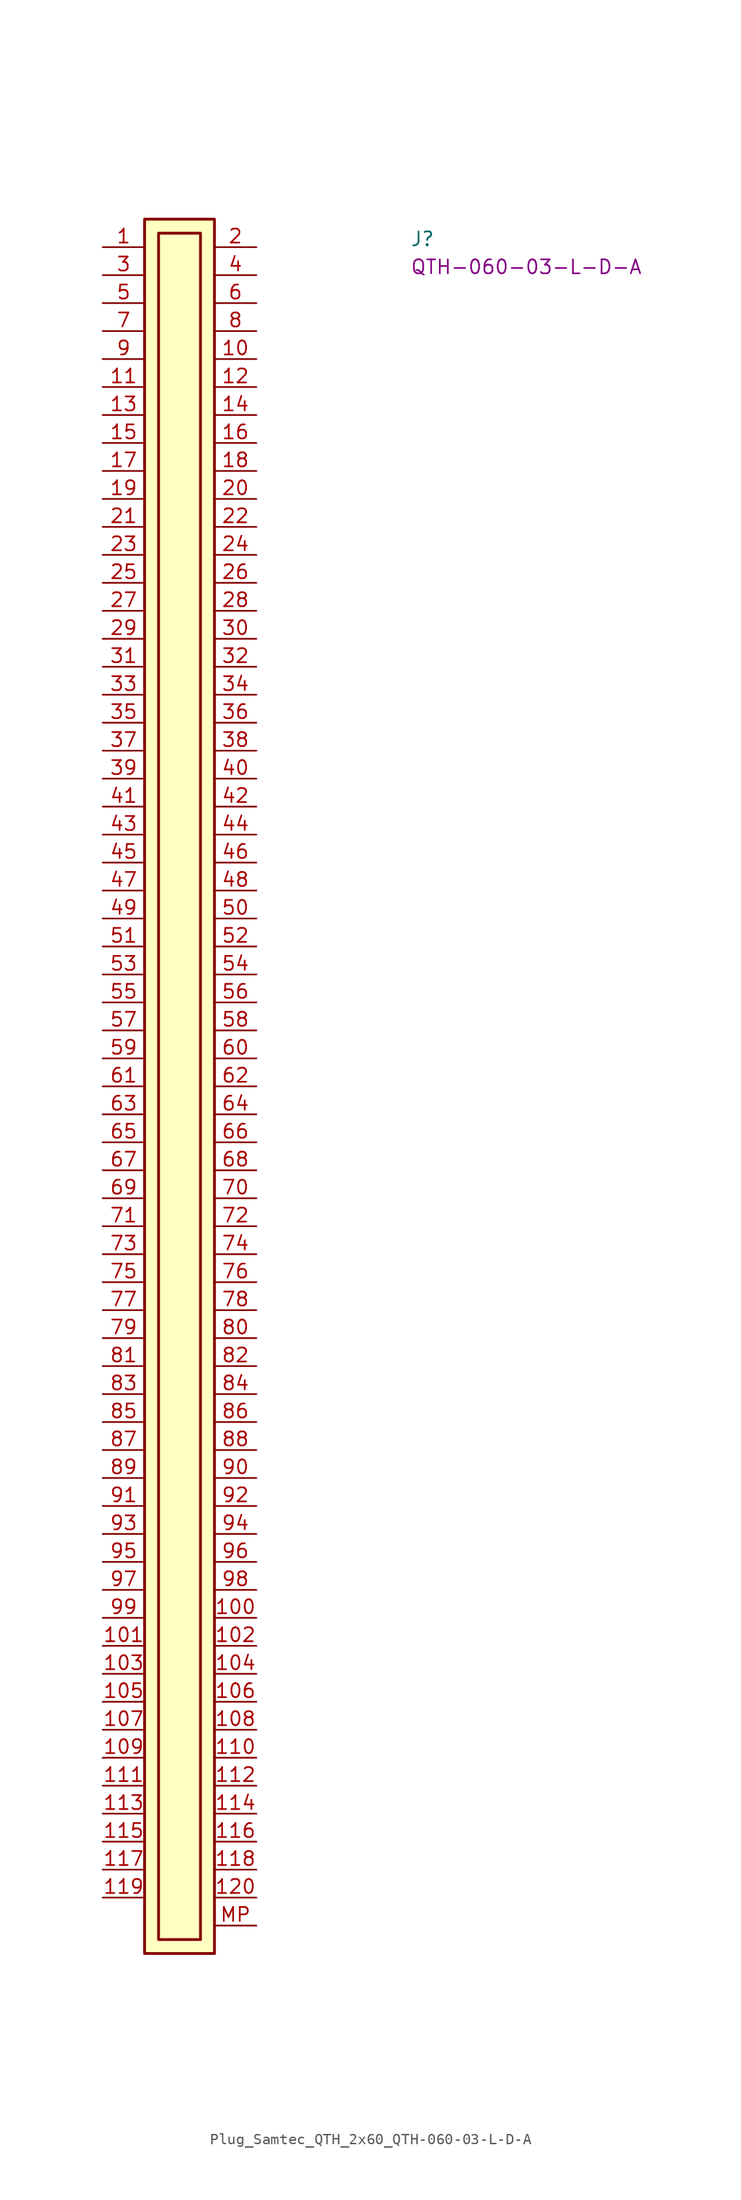
<source format=kicad_sym>
(kicad_symbol_lib
  (version 20220914)
  (generator kicad_symbol_editor)
  (symbol "Plug_Samtec_QTH_2x60_QTH-060-03-L-D-A"
    (pin_names hide)
    (property "Reference" "J"
      (at 27.94 0 0)
      (effects (font (size 1.27 1.27) (thickness 0.15)) (justify left bottom)))
    (property "MPN" "QTH-060-03-L-D-A"
      (at 27.94 -2.54 0)
      (effects (font (size 1.27 1.27) (thickness 0.15)) (justify left bottom)))
    (symbol "Plug_Samtec_QTH_2x60_QTH-060-03-L-D-A_1_1"
      (rectangle (start 3.81 2.54) (end 10.16 -154.94) (stroke (width 0.254) (type default)) (fill (type background)))
      (rectangle (start 5.08 1.27) (end 8.89 -153.67) (stroke (width 0.254) (type default)) (fill (type background)))
      (pin passive line (at 0 0 0) (length 3.81) (name "~" (effects (font (size 1.27 1.27)))) (number "1" (effects (font (size 1.27 1.27)))))
      (pin passive line (at 13.97 -10.16 180) (length 3.81) (name "~" (effects (font (size 1.27 1.27)))) (number "10" (effects (font (size 1.27 1.27)))))
      (pin passive line (at 13.97 -124.46 180) (length 3.81) (name "~" (effects (font (size 1.27 1.27)))) (number "100" (effects (font (size 1.27 1.27)))))
      (pin passive line (at 0 -127 0) (length 3.81) (name "~" (effects (font (size 1.27 1.27)))) (number "101" (effects (font (size 1.27 1.27)))))
      (pin passive line (at 13.97 -127 180) (length 3.81) (name "~" (effects (font (size 1.27 1.27)))) (number "102" (effects (font (size 1.27 1.27)))))
      (pin passive line (at 0 -129.54 0) (length 3.81) (name "~" (effects (font (size 1.27 1.27)))) (number "103" (effects (font (size 1.27 1.27)))))
      (pin passive line (at 13.97 -129.54 180) (length 3.81) (name "~" (effects (font (size 1.27 1.27)))) (number "104" (effects (font (size 1.27 1.27)))))
      (pin passive line (at 0 -132.08 0) (length 3.81) (name "~" (effects (font (size 1.27 1.27)))) (number "105" (effects (font (size 1.27 1.27)))))
      (pin passive line (at 13.97 -132.08 180) (length 3.81) (name "~" (effects (font (size 1.27 1.27)))) (number "106" (effects (font (size 1.27 1.27)))))
      (pin passive line (at 0 -134.62 0) (length 3.81) (name "~" (effects (font (size 1.27 1.27)))) (number "107" (effects (font (size 1.27 1.27)))))
      (pin passive line (at 13.97 -134.62 180) (length 3.81) (name "~" (effects (font (size 1.27 1.27)))) (number "108" (effects (font (size 1.27 1.27)))))
      (pin passive line (at 0 -137.16 0) (length 3.81) (name "~" (effects (font (size 1.27 1.27)))) (number "109" (effects (font (size 1.27 1.27)))))
      (pin passive line (at 0 -12.7 0) (length 3.81) (name "~" (effects (font (size 1.27 1.27)))) (number "11" (effects (font (size 1.27 1.27)))))
      (pin passive line (at 13.97 -137.16 180) (length 3.81) (name "~" (effects (font (size 1.27 1.27)))) (number "110" (effects (font (size 1.27 1.27)))))
      (pin passive line (at 0 -139.7 0) (length 3.81) (name "~" (effects (font (size 1.27 1.27)))) (number "111" (effects (font (size 1.27 1.27)))))
      (pin passive line (at 13.97 -139.7 180) (length 3.81) (name "~" (effects (font (size 1.27 1.27)))) (number "112" (effects (font (size 1.27 1.27)))))
      (pin passive line (at 0 -142.24 0) (length 3.81) (name "~" (effects (font (size 1.27 1.27)))) (number "113" (effects (font (size 1.27 1.27)))))
      (pin passive line (at 13.97 -142.24 180) (length 3.81) (name "~" (effects (font (size 1.27 1.27)))) (number "114" (effects (font (size 1.27 1.27)))))
      (pin passive line (at 0 -144.78 0) (length 3.81) (name "~" (effects (font (size 1.27 1.27)))) (number "115" (effects (font (size 1.27 1.27)))))
      (pin passive line (at 13.97 -144.78 180) (length 3.81) (name "~" (effects (font (size 1.27 1.27)))) (number "116" (effects (font (size 1.27 1.27)))))
      (pin passive line (at 0 -147.32 0) (length 3.81) (name "~" (effects (font (size 1.27 1.27)))) (number "117" (effects (font (size 1.27 1.27)))))
      (pin passive line (at 13.97 -147.32 180) (length 3.81) (name "~" (effects (font (size 1.27 1.27)))) (number "118" (effects (font (size 1.27 1.27)))))
      (pin passive line (at 0 -149.86 0) (length 3.81) (name "~" (effects (font (size 1.27 1.27)))) (number "119" (effects (font (size 1.27 1.27)))))
      (pin passive line (at 13.97 -12.7 180) (length 3.81) (name "~" (effects (font (size 1.27 1.27)))) (number "12" (effects (font (size 1.27 1.27)))))
      (pin passive line (at 13.97 -149.86 180) (length 3.81) (name "~" (effects (font (size 1.27 1.27)))) (number "120" (effects (font (size 1.27 1.27)))))
      (pin passive line (at 0 -15.24 0) (length 3.81) (name "~" (effects (font (size 1.27 1.27)))) (number "13" (effects (font (size 1.27 1.27)))))
      (pin passive line (at 13.97 -15.24 180) (length 3.81) (name "~" (effects (font (size 1.27 1.27)))) (number "14" (effects (font (size 1.27 1.27)))))
      (pin passive line (at 0 -17.78 0) (length 3.81) (name "~" (effects (font (size 1.27 1.27)))) (number "15" (effects (font (size 1.27 1.27)))))
      (pin passive line (at 13.97 -17.78 180) (length 3.81) (name "~" (effects (font (size 1.27 1.27)))) (number "16" (effects (font (size 1.27 1.27)))))
      (pin passive line (at 0 -20.32 0) (length 3.81) (name "~" (effects (font (size 1.27 1.27)))) (number "17" (effects (font (size 1.27 1.27)))))
      (pin passive line (at 13.97 -20.32 180) (length 3.81) (name "~" (effects (font (size 1.27 1.27)))) (number "18" (effects (font (size 1.27 1.27)))))
      (pin passive line (at 0 -22.86 0) (length 3.81) (name "~" (effects (font (size 1.27 1.27)))) (number "19" (effects (font (size 1.27 1.27)))))
      (pin passive line (at 13.97 0 180) (length 3.81) (name "~" (effects (font (size 1.27 1.27)))) (number "2" (effects (font (size 1.27 1.27)))))
      (pin passive line (at 13.97 -22.86 180) (length 3.81) (name "~" (effects (font (size 1.27 1.27)))) (number "20" (effects (font (size 1.27 1.27)))))
      (pin passive line (at 0 -25.4 0) (length 3.81) (name "~" (effects (font (size 1.27 1.27)))) (number "21" (effects (font (size 1.27 1.27)))))
      (pin passive line (at 13.97 -25.4 180) (length 3.81) (name "~" (effects (font (size 1.27 1.27)))) (number "22" (effects (font (size 1.27 1.27)))))
      (pin passive line (at 0 -27.94 0) (length 3.81) (name "~" (effects (font (size 1.27 1.27)))) (number "23" (effects (font (size 1.27 1.27)))))
      (pin passive line (at 13.97 -27.94 180) (length 3.81) (name "~" (effects (font (size 1.27 1.27)))) (number "24" (effects (font (size 1.27 1.27)))))
      (pin passive line (at 0 -30.48 0) (length 3.81) (name "~" (effects (font (size 1.27 1.27)))) (number "25" (effects (font (size 1.27 1.27)))))
      (pin passive line (at 13.97 -30.48 180) (length 3.81) (name "~" (effects (font (size 1.27 1.27)))) (number "26" (effects (font (size 1.27 1.27)))))
      (pin passive line (at 0 -33.02 0) (length 3.81) (name "~" (effects (font (size 1.27 1.27)))) (number "27" (effects (font (size 1.27 1.27)))))
      (pin passive line (at 13.97 -33.02 180) (length 3.81) (name "~" (effects (font (size 1.27 1.27)))) (number "28" (effects (font (size 1.27 1.27)))))
      (pin passive line (at 0 -35.56 0) (length 3.81) (name "~" (effects (font (size 1.27 1.27)))) (number "29" (effects (font (size 1.27 1.27)))))
      (pin passive line (at 0 -2.54 0) (length 3.81) (name "~" (effects (font (size 1.27 1.27)))) (number "3" (effects (font (size 1.27 1.27)))))
      (pin passive line (at 13.97 -35.56 180) (length 3.81) (name "~" (effects (font (size 1.27 1.27)))) (number "30" (effects (font (size 1.27 1.27)))))
      (pin passive line (at 0 -38.1 0) (length 3.81) (name "~" (effects (font (size 1.27 1.27)))) (number "31" (effects (font (size 1.27 1.27)))))
      (pin passive line (at 13.97 -38.1 180) (length 3.81) (name "~" (effects (font (size 1.27 1.27)))) (number "32" (effects (font (size 1.27 1.27)))))
      (pin passive line (at 0 -40.64 0) (length 3.81) (name "~" (effects (font (size 1.27 1.27)))) (number "33" (effects (font (size 1.27 1.27)))))
      (pin passive line (at 13.97 -40.64 180) (length 3.81) (name "~" (effects (font (size 1.27 1.27)))) (number "34" (effects (font (size 1.27 1.27)))))
      (pin passive line (at 0 -43.18 0) (length 3.81) (name "~" (effects (font (size 1.27 1.27)))) (number "35" (effects (font (size 1.27 1.27)))))
      (pin passive line (at 13.97 -43.18 180) (length 3.81) (name "~" (effects (font (size 1.27 1.27)))) (number "36" (effects (font (size 1.27 1.27)))))
      (pin passive line (at 0 -45.72 0) (length 3.81) (name "~" (effects (font (size 1.27 1.27)))) (number "37" (effects (font (size 1.27 1.27)))))
      (pin passive line (at 13.97 -45.72 180) (length 3.81) (name "~" (effects (font (size 1.27 1.27)))) (number "38" (effects (font (size 1.27 1.27)))))
      (pin passive line (at 0 -48.26 0) (length 3.81) (name "~" (effects (font (size 1.27 1.27)))) (number "39" (effects (font (size 1.27 1.27)))))
      (pin passive line (at 13.97 -2.54 180) (length 3.81) (name "~" (effects (font (size 1.27 1.27)))) (number "4" (effects (font (size 1.27 1.27)))))
      (pin passive line (at 13.97 -48.26 180) (length 3.81) (name "~" (effects (font (size 1.27 1.27)))) (number "40" (effects (font (size 1.27 1.27)))))
      (pin passive line (at 0 -50.8 0) (length 3.81) (name "~" (effects (font (size 1.27 1.27)))) (number "41" (effects (font (size 1.27 1.27)))))
      (pin passive line (at 13.97 -50.8 180) (length 3.81) (name "~" (effects (font (size 1.27 1.27)))) (number "42" (effects (font (size 1.27 1.27)))))
      (pin passive line (at 0 -53.34 0) (length 3.81) (name "~" (effects (font (size 1.27 1.27)))) (number "43" (effects (font (size 1.27 1.27)))))
      (pin passive line (at 13.97 -53.34 180) (length 3.81) (name "~" (effects (font (size 1.27 1.27)))) (number "44" (effects (font (size 1.27 1.27)))))
      (pin passive line (at 0 -55.88 0) (length 3.81) (name "~" (effects (font (size 1.27 1.27)))) (number "45" (effects (font (size 1.27 1.27)))))
      (pin passive line (at 13.97 -55.88 180) (length 3.81) (name "~" (effects (font (size 1.27 1.27)))) (number "46" (effects (font (size 1.27 1.27)))))
      (pin passive line (at 0 -58.42 0) (length 3.81) (name "~" (effects (font (size 1.27 1.27)))) (number "47" (effects (font (size 1.27 1.27)))))
      (pin passive line (at 13.97 -58.42 180) (length 3.81) (name "~" (effects (font (size 1.27 1.27)))) (number "48" (effects (font (size 1.27 1.27)))))
      (pin passive line (at 0 -60.96 0) (length 3.81) (name "~" (effects (font (size 1.27 1.27)))) (number "49" (effects (font (size 1.27 1.27)))))
      (pin passive line (at 0 -5.08 0) (length 3.81) (name "~" (effects (font (size 1.27 1.27)))) (number "5" (effects (font (size 1.27 1.27)))))
      (pin passive line (at 13.97 -60.96 180) (length 3.81) (name "~" (effects (font (size 1.27 1.27)))) (number "50" (effects (font (size 1.27 1.27)))))
      (pin passive line (at 0 -63.5 0) (length 3.81) (name "~" (effects (font (size 1.27 1.27)))) (number "51" (effects (font (size 1.27 1.27)))))
      (pin passive line (at 13.97 -63.5 180) (length 3.81) (name "~" (effects (font (size 1.27 1.27)))) (number "52" (effects (font (size 1.27 1.27)))))
      (pin passive line (at 0 -66.04 0) (length 3.81) (name "~" (effects (font (size 1.27 1.27)))) (number "53" (effects (font (size 1.27 1.27)))))
      (pin passive line (at 13.97 -66.04 180) (length 3.81) (name "~" (effects (font (size 1.27 1.27)))) (number "54" (effects (font (size 1.27 1.27)))))
      (pin passive line (at 0 -68.58 0) (length 3.81) (name "~" (effects (font (size 1.27 1.27)))) (number "55" (effects (font (size 1.27 1.27)))))
      (pin passive line (at 13.97 -68.58 180) (length 3.81) (name "~" (effects (font (size 1.27 1.27)))) (number "56" (effects (font (size 1.27 1.27)))))
      (pin passive line (at 0 -71.12 0) (length 3.81) (name "~" (effects (font (size 1.27 1.27)))) (number "57" (effects (font (size 1.27 1.27)))))
      (pin passive line (at 13.97 -71.12 180) (length 3.81) (name "~" (effects (font (size 1.27 1.27)))) (number "58" (effects (font (size 1.27 1.27)))))
      (pin passive line (at 0 -73.66 0) (length 3.81) (name "~" (effects (font (size 1.27 1.27)))) (number "59" (effects (font (size 1.27 1.27)))))
      (pin passive line (at 13.97 -5.08 180) (length 3.81) (name "~" (effects (font (size 1.27 1.27)))) (number "6" (effects (font (size 1.27 1.27)))))
      (pin passive line (at 13.97 -73.66 180) (length 3.81) (name "~" (effects (font (size 1.27 1.27)))) (number "60" (effects (font (size 1.27 1.27)))))
      (pin passive line (at 0 -76.2 0) (length 3.81) (name "~" (effects (font (size 1.27 1.27)))) (number "61" (effects (font (size 1.27 1.27)))))
      (pin passive line (at 13.97 -76.2 180) (length 3.81) (name "~" (effects (font (size 1.27 1.27)))) (number "62" (effects (font (size 1.27 1.27)))))
      (pin passive line (at 0 -78.74 0) (length 3.81) (name "~" (effects (font (size 1.27 1.27)))) (number "63" (effects (font (size 1.27 1.27)))))
      (pin passive line (at 13.97 -78.74 180) (length 3.81) (name "~" (effects (font (size 1.27 1.27)))) (number "64" (effects (font (size 1.27 1.27)))))
      (pin passive line (at 0 -81.28 0) (length 3.81) (name "~" (effects (font (size 1.27 1.27)))) (number "65" (effects (font (size 1.27 1.27)))))
      (pin passive line (at 13.97 -81.28 180) (length 3.81) (name "~" (effects (font (size 1.27 1.27)))) (number "66" (effects (font (size 1.27 1.27)))))
      (pin passive line (at 0 -83.82 0) (length 3.81) (name "~" (effects (font (size 1.27 1.27)))) (number "67" (effects (font (size 1.27 1.27)))))
      (pin passive line (at 13.97 -83.82 180) (length 3.81) (name "~" (effects (font (size 1.27 1.27)))) (number "68" (effects (font (size 1.27 1.27)))))
      (pin passive line (at 0 -86.36 0) (length 3.81) (name "~" (effects (font (size 1.27 1.27)))) (number "69" (effects (font (size 1.27 1.27)))))
      (pin passive line (at 0 -7.62 0) (length 3.81) (name "~" (effects (font (size 1.27 1.27)))) (number "7" (effects (font (size 1.27 1.27)))))
      (pin passive line (at 13.97 -86.36 180) (length 3.81) (name "~" (effects (font (size 1.27 1.27)))) (number "70" (effects (font (size 1.27 1.27)))))
      (pin passive line (at 0 -88.9 0) (length 3.81) (name "~" (effects (font (size 1.27 1.27)))) (number "71" (effects (font (size 1.27 1.27)))))
      (pin passive line (at 13.97 -88.9 180) (length 3.81) (name "~" (effects (font (size 1.27 1.27)))) (number "72" (effects (font (size 1.27 1.27)))))
      (pin passive line (at 0 -91.44 0) (length 3.81) (name "~" (effects (font (size 1.27 1.27)))) (number "73" (effects (font (size 1.27 1.27)))))
      (pin passive line (at 13.97 -91.44 180) (length 3.81) (name "~" (effects (font (size 1.27 1.27)))) (number "74" (effects (font (size 1.27 1.27)))))
      (pin passive line (at 0 -93.98 0) (length 3.81) (name "~" (effects (font (size 1.27 1.27)))) (number "75" (effects (font (size 1.27 1.27)))))
      (pin passive line (at 13.97 -93.98 180) (length 3.81) (name "~" (effects (font (size 1.27 1.27)))) (number "76" (effects (font (size 1.27 1.27)))))
      (pin passive line (at 0 -96.52 0) (length 3.81) (name "~" (effects (font (size 1.27 1.27)))) (number "77" (effects (font (size 1.27 1.27)))))
      (pin passive line (at 13.97 -96.52 180) (length 3.81) (name "~" (effects (font (size 1.27 1.27)))) (number "78" (effects (font (size 1.27 1.27)))))
      (pin passive line (at 0 -99.06 0) (length 3.81) (name "~" (effects (font (size 1.27 1.27)))) (number "79" (effects (font (size 1.27 1.27)))))
      (pin passive line (at 13.97 -7.62 180) (length 3.81) (name "~" (effects (font (size 1.27 1.27)))) (number "8" (effects (font (size 1.27 1.27)))))
      (pin passive line (at 13.97 -99.06 180) (length 3.81) (name "~" (effects (font (size 1.27 1.27)))) (number "80" (effects (font (size 1.27 1.27)))))
      (pin passive line (at 0 -101.6 0) (length 3.81) (name "~" (effects (font (size 1.27 1.27)))) (number "81" (effects (font (size 1.27 1.27)))))
      (pin passive line (at 13.97 -101.6 180) (length 3.81) (name "~" (effects (font (size 1.27 1.27)))) (number "82" (effects (font (size 1.27 1.27)))))
      (pin passive line (at 0 -104.14 0) (length 3.81) (name "~" (effects (font (size 1.27 1.27)))) (number "83" (effects (font (size 1.27 1.27)))))
      (pin passive line (at 13.97 -104.14 180) (length 3.81) (name "~" (effects (font (size 1.27 1.27)))) (number "84" (effects (font (size 1.27 1.27)))))
      (pin passive line (at 0 -106.68 0) (length 3.81) (name "~" (effects (font (size 1.27 1.27)))) (number "85" (effects (font (size 1.27 1.27)))))
      (pin passive line (at 13.97 -106.68 180) (length 3.81) (name "~" (effects (font (size 1.27 1.27)))) (number "86" (effects (font (size 1.27 1.27)))))
      (pin passive line (at 0 -109.22 0) (length 3.81) (name "~" (effects (font (size 1.27 1.27)))) (number "87" (effects (font (size 1.27 1.27)))))
      (pin passive line (at 13.97 -109.22 180) (length 3.81) (name "~" (effects (font (size 1.27 1.27)))) (number "88" (effects (font (size 1.27 1.27)))))
      (pin passive line (at 0 -111.76 0) (length 3.81) (name "~" (effects (font (size 1.27 1.27)))) (number "89" (effects (font (size 1.27 1.27)))))
      (pin passive line (at 0 -10.16 0) (length 3.81) (name "~" (effects (font (size 1.27 1.27)))) (number "9" (effects (font (size 1.27 1.27)))))
      (pin passive line (at 13.97 -111.76 180) (length 3.81) (name "~" (effects (font (size 1.27 1.27)))) (number "90" (effects (font (size 1.27 1.27)))))
      (pin passive line (at 0 -114.3 0) (length 3.81) (name "~" (effects (font (size 1.27 1.27)))) (number "91" (effects (font (size 1.27 1.27)))))
      (pin passive line (at 13.97 -114.3 180) (length 3.81) (name "~" (effects (font (size 1.27 1.27)))) (number "92" (effects (font (size 1.27 1.27)))))
      (pin passive line (at 0 -116.84 0) (length 3.81) (name "~" (effects (font (size 1.27 1.27)))) (number "93" (effects (font (size 1.27 1.27)))))
      (pin passive line (at 13.97 -116.84 180) (length 3.81) (name "~" (effects (font (size 1.27 1.27)))) (number "94" (effects (font (size 1.27 1.27)))))
      (pin passive line (at 0 -119.38 0) (length 3.81) (name "~" (effects (font (size 1.27 1.27)))) (number "95" (effects (font (size 1.27 1.27)))))
      (pin passive line (at 13.97 -119.38 180) (length 3.81) (name "~" (effects (font (size 1.27 1.27)))) (number "96" (effects (font (size 1.27 1.27)))))
      (pin passive line (at 0 -121.92 0) (length 3.81) (name "~" (effects (font (size 1.27 1.27)))) (number "97" (effects (font (size 1.27 1.27)))))
      (pin passive line (at 13.97 -121.92 180) (length 3.81) (name "~" (effects (font (size 1.27 1.27)))) (number "98" (effects (font (size 1.27 1.27)))))
      (pin passive line (at 0 -124.46 0) (length 3.81) (name "~" (effects (font (size 1.27 1.27)))) (number "99" (effects (font (size 1.27 1.27)))))
      (pin passive line (at 13.97 -152.4 180) (length 3.81) (name "MP" (effects (font (size 1.27 1.27)))) (number "MP" (effects (font (size 1.27 1.27))))))))
</source>
